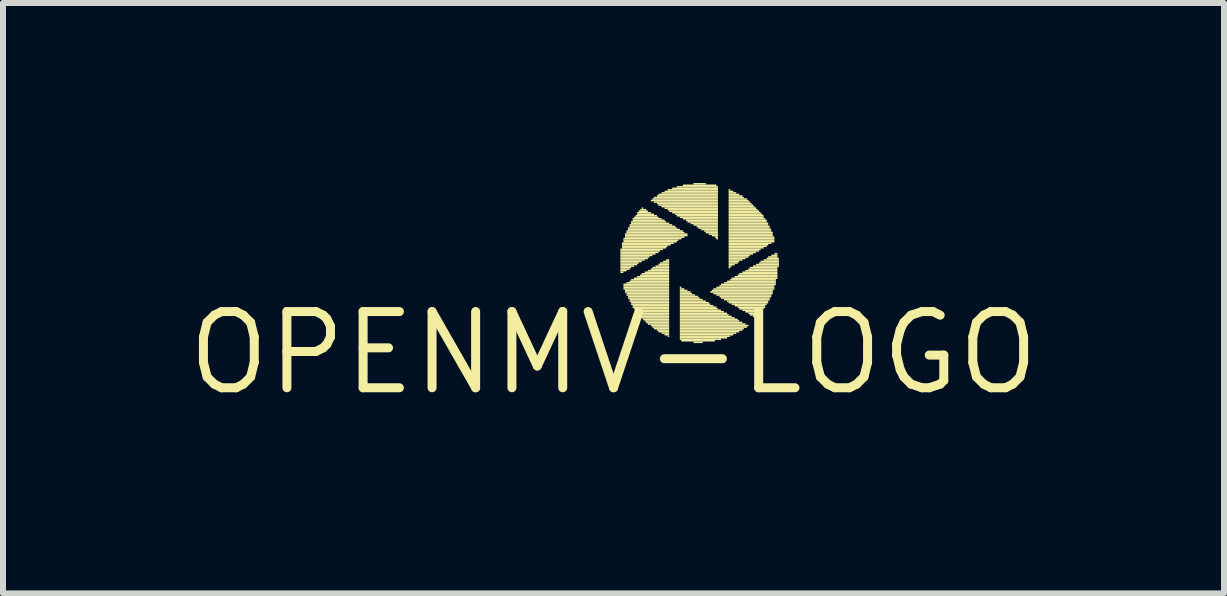
<source format=kicad_pcb>
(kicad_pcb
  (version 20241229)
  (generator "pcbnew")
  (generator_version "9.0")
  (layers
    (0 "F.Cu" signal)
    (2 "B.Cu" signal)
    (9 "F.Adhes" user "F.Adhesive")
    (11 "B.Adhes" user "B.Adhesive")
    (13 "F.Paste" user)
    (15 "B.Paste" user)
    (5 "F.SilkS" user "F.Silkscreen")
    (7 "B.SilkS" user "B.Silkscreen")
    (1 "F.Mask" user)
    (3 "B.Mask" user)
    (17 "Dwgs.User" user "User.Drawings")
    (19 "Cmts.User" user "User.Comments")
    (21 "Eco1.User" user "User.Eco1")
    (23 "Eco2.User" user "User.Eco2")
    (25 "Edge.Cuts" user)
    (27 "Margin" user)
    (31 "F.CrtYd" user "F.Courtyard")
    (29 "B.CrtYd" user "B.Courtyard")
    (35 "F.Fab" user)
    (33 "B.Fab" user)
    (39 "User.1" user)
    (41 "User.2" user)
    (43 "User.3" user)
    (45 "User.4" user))
  (footprint "OPENMV-LOGO"
    (layer "F.Cu")
    (at 7.174 2.832)
    (property "Reference" "OPENMV-LOGO" (at 0 0 0) (layer "F.SilkS") (effects (font (size 1.27 1.27) (thickness 0.15))))
    (attr board_only exclude_from_pos_files exclude_from_bom allow_missing_courtyard)
    (fp_poly (pts (xy 0.114 -1.714) (xy 0.826 -1.714) (xy 0.826 -1.74) (xy 0.114 -1.74)) (stroke (width 0) (type solid)) (fill yes) (layer "F.SilkS"))
    (fp_poly (pts (xy 0.114 -1.689) (xy 0.775 -1.689) (xy 0.775 -1.714) (xy 0.114 -1.714)) (stroke (width 0) (type solid)) (fill yes) (layer "F.SilkS"))
    (fp_poly (pts (xy 0.114 -1.664) (xy 0.749 -1.664) (xy 0.749 -1.689) (xy 0.114 -1.689)) (stroke (width 0) (type solid)) (fill yes) (layer "F.SilkS"))
    (fp_poly (pts (xy 0.114 -1.638) (xy 0.699 -1.638) (xy 0.699 -1.664) (xy 0.114 -1.664)) (stroke (width 0) (type solid)) (fill yes) (layer "F.SilkS"))
    (fp_poly (pts (xy 0.114 -1.613) (xy 0.648 -1.613) (xy 0.648 -1.638) (xy 0.114 -1.638)) (stroke (width 0) (type solid)) (fill yes) (layer "F.SilkS"))
    (fp_poly (pts (xy 0.114 -1.587) (xy 0.597 -1.587) (xy 0.597 -1.613) (xy 0.114 -1.613)) (stroke (width 0) (type solid)) (fill yes) (layer "F.SilkS"))
    (fp_poly (pts (xy 0.114 -1.562) (xy 0.572 -1.562) (xy 0.572 -1.587) (xy 0.114 -1.587)) (stroke (width 0) (type solid)) (fill yes) (layer "F.SilkS"))
    (fp_poly (pts (xy 0.114 -1.537) (xy 0.521 -1.537) (xy 0.521 -1.562) (xy 0.114 -1.562)) (stroke (width 0) (type solid)) (fill yes) (layer "F.SilkS"))
    (fp_poly (pts (xy 0.114 -1.511) (xy 0.47 -1.511) (xy 0.47 -1.537) (xy 0.114 -1.537)) (stroke (width 0) (type solid)) (fill yes) (layer "F.SilkS"))
    (fp_poly (pts (xy 0.114 -1.486) (xy 0.419 -1.486) (xy 0.419 -1.511) (xy 0.114 -1.511)) (stroke (width 0) (type solid)) (fill yes) (layer "F.SilkS"))
    (fp_poly (pts (xy 0.114 -1.46) (xy 0.394 -1.46) (xy 0.394 -1.486) (xy 0.114 -1.486)) (stroke (width 0) (type solid)) (fill yes) (layer "F.SilkS"))
    (fp_poly (pts (xy 0.114 -1.435) (xy 0.343 -1.435) (xy 0.343 -1.46) (xy 0.114 -1.46)) (stroke (width 0) (type solid)) (fill yes) (layer "F.SilkS"))
    (fp_poly (pts (xy 0.114 -1.41) (xy 0.292 -1.41) (xy 0.292 -1.435) (xy 0.114 -1.435)) (stroke (width 0) (type solid)) (fill yes) (layer "F.SilkS"))
    (fp_poly (pts (xy 0.114 -1.384) (xy 0.267 -1.384) (xy 0.267 -1.41) (xy 0.114 -1.41)) (stroke (width 0) (type solid)) (fill yes) (layer "F.SilkS"))
    (fp_poly (pts (xy 0.114 -1.359) (xy 0.216 -1.359) (xy 0.216 -1.384) (xy 0.114 -1.384)) (stroke (width 0) (type solid)) (fill yes) (layer "F.SilkS"))
    (fp_poly (pts (xy 0.114 -1.333) (xy 0.165 -1.333) (xy 0.165 -1.359) (xy 0.114 -1.359)) (stroke (width 0) (type solid)) (fill yes) (layer "F.SilkS"))
    (fp_poly (pts (xy 0.14 -1.816) (xy 1.003 -1.816) (xy 1.003 -1.841) (xy 0.14 -1.841)) (stroke (width 0) (type solid)) (fill yes) (layer "F.SilkS"))
    (fp_poly (pts (xy 0.14 -1.791) (xy 0.953 -1.791) (xy 0.953 -1.816) (xy 0.14 -1.816)) (stroke (width 0) (type solid)) (fill yes) (layer "F.SilkS"))
    (fp_poly (pts (xy 0.14 -1.765) (xy 0.902 -1.765) (xy 0.902 -1.791) (xy 0.14 -1.791)) (stroke (width 0) (type solid)) (fill yes) (layer "F.SilkS"))
    (fp_poly (pts (xy 0.14 -1.74) (xy 0.876 -1.74) (xy 0.876 -1.765) (xy 0.14 -1.765)) (stroke (width 0) (type solid)) (fill yes) (layer "F.SilkS"))
    (fp_poly (pts (xy 0.165 -1.892) (xy 1.13 -1.892) (xy 1.13 -1.918) (xy 0.165 -1.918)) (stroke (width 0) (type solid)) (fill yes) (layer "F.SilkS"))
    (fp_poly (pts (xy 0.165 -1.867) (xy 1.079 -1.867) (xy 1.079 -1.892) (xy 0.165 -1.892)) (stroke (width 0) (type solid)) (fill yes) (layer "F.SilkS"))
    (fp_poly (pts (xy 0.165 -1.841) (xy 1.054 -1.841) (xy 1.054 -1.867) (xy 0.165 -1.867)) (stroke (width 0) (type solid)) (fill yes) (layer "F.SilkS"))
    (fp_poly (pts (xy 0.165 -1.13) (xy 0.927 -1.13) (xy 0.927 -1.156) (xy 0.165 -1.156)) (stroke (width 0) (type solid)) (fill yes) (layer "F.SilkS"))
    (fp_poly (pts (xy 0.165 -1.105) (xy 0.927 -1.105) (xy 0.927 -1.13) (xy 0.165 -1.13)) (stroke (width 0) (type solid)) (fill yes) (layer "F.SilkS"))
    (fp_poly (pts (xy 0.165 -1.079) (xy 0.927 -1.079) (xy 0.927 -1.105) (xy 0.165 -1.105)) (stroke (width 0) (type solid)) (fill yes) (layer "F.SilkS"))
    (fp_poly (pts (xy 0.165 -1.054) (xy 0.927 -1.054) (xy 0.927 -1.079) (xy 0.165 -1.079)) (stroke (width 0) (type solid)) (fill yes) (layer "F.SilkS"))
    (fp_poly (pts (xy 0.191 -1.968) (xy 1.232 -1.968) (xy 1.232 -1.994) (xy 0.191 -1.994)) (stroke (width 0) (type solid)) (fill yes) (layer "F.SilkS"))
    (fp_poly (pts (xy 0.191 -1.943) (xy 1.232 -1.943) (xy 1.232 -1.968) (xy 0.191 -1.968)) (stroke (width 0) (type solid)) (fill yes) (layer "F.SilkS"))
    (fp_poly (pts (xy 0.191 -1.918) (xy 1.181 -1.918) (xy 1.181 -1.943) (xy 0.191 -1.943)) (stroke (width 0) (type solid)) (fill yes) (layer "F.SilkS"))
    (fp_poly (pts (xy 0.191 -1.029) (xy 0.927 -1.029) (xy 0.927 -1.054) (xy 0.191 -1.054)) (stroke (width 0) (type solid)) (fill yes) (layer "F.SilkS"))
    (fp_poly (pts (xy 0.191 -1.003) (xy 0.927 -1.003) (xy 0.927 -1.029) (xy 0.191 -1.029)) (stroke (width 0) (type solid)) (fill yes) (layer "F.SilkS"))
    (fp_poly (pts (xy 0.216 -2.019) (xy 1.156 -2.019) (xy 1.156 -2.045) (xy 0.216 -2.045)) (stroke (width 0) (type solid)) (fill yes) (layer "F.SilkS"))
    (fp_poly (pts (xy 0.216 -1.994) (xy 1.181 -1.994) (xy 1.181 -2.019) (xy 0.216 -2.019)) (stroke (width 0) (type solid)) (fill yes) (layer "F.SilkS"))
    (fp_poly (pts (xy 0.216 -1.156) (xy 0.927 -1.156) (xy 0.927 -1.181) (xy 0.216 -1.181)) (stroke (width 0) (type solid)) (fill yes) (layer "F.SilkS"))
    (fp_poly (pts (xy 0.216 -0.978) (xy 0.927 -0.978) (xy 0.927 -1.003) (xy 0.216 -1.003)) (stroke (width 0) (type solid)) (fill yes) (layer "F.SilkS"))
    (fp_poly (pts (xy 0.216 -0.953) (xy 0.927 -0.953) (xy 0.927 -0.978) (xy 0.216 -0.978)) (stroke (width 0) (type solid)) (fill yes) (layer "F.SilkS"))
    (fp_poly (pts (xy 0.241 -2.07) (xy 1.054 -2.07) (xy 1.054 -2.095) (xy 0.241 -2.095)) (stroke (width 0) (type solid)) (fill yes) (layer "F.SilkS"))
    (fp_poly (pts (xy 0.241 -2.045) (xy 1.105 -2.045) (xy 1.105 -2.07) (xy 0.241 -2.07)) (stroke (width 0) (type solid)) (fill yes) (layer "F.SilkS"))
    (fp_poly (pts (xy 0.241 -0.927) (xy 0.927 -0.927) (xy 0.927 -0.953) (xy 0.241 -0.953)) (stroke (width 0) (type solid)) (fill yes) (layer "F.SilkS"))
    (fp_poly (pts (xy 0.241 -0.902) (xy 0.927 -0.902) (xy 0.927 -0.927) (xy 0.241 -0.927)) (stroke (width 0) (type solid)) (fill yes) (layer "F.SilkS"))
    (fp_poly (pts (xy 0.267 -2.121) (xy 0.978 -2.121) (xy 0.978 -2.146) (xy 0.267 -2.146)) (stroke (width 0) (type solid)) (fill yes) (layer "F.SilkS"))
    (fp_poly (pts (xy 0.267 -2.095) (xy 1.029 -2.095) (xy 1.029 -2.121) (xy 0.267 -2.121)) (stroke (width 0) (type solid)) (fill yes) (layer "F.SilkS"))
    (fp_poly (pts (xy 0.267 -1.181) (xy 0.927 -1.181) (xy 0.927 -1.206) (xy 0.267 -1.206)) (stroke (width 0) (type solid)) (fill yes) (layer "F.SilkS"))
    (fp_poly (pts (xy 0.267 -0.876) (xy 0.927 -0.876) (xy 0.927 -0.902) (xy 0.267 -0.902)) (stroke (width 0) (type solid)) (fill yes) (layer "F.SilkS"))
    (fp_poly (pts (xy 0.267 -0.851) (xy 0.927 -0.851) (xy 0.927 -0.876) (xy 0.267 -0.876)) (stroke (width 0) (type solid)) (fill yes) (layer "F.SilkS"))
    (fp_poly (pts (xy 0.292 -2.172) (xy 0.876 -2.172) (xy 0.876 -2.197) (xy 0.292 -2.197)) (stroke (width 0) (type solid)) (fill yes) (layer "F.SilkS"))
    (fp_poly (pts (xy 0.292 -2.146) (xy 0.927 -2.146) (xy 0.927 -2.172) (xy 0.292 -2.172)) (stroke (width 0) (type solid)) (fill yes) (layer "F.SilkS"))
    (fp_poly (pts (xy 0.292 -1.206) (xy 0.927 -1.206) (xy 0.927 -1.232) (xy 0.292 -1.232)) (stroke (width 0) (type solid)) (fill yes) (layer "F.SilkS"))
    (fp_poly (pts (xy 0.292 -0.826) (xy 0.927 -0.826) (xy 0.927 -0.851) (xy 0.292 -0.851)) (stroke (width 0) (type solid)) (fill yes) (layer "F.SilkS"))
    (fp_poly (pts (xy 0.292 -0.8) (xy 0.927 -0.8) (xy 0.927 -0.826) (xy 0.292 -0.826)) (stroke (width 0) (type solid)) (fill yes) (layer "F.SilkS"))
    (fp_poly (pts (xy 0.318 -2.223) (xy 0.8 -2.223) (xy 0.8 -2.248) (xy 0.318 -2.248)) (stroke (width 0) (type solid)) (fill yes) (layer "F.SilkS"))
    (fp_poly (pts (xy 0.318 -2.197) (xy 0.851 -2.197) (xy 0.851 -2.223) (xy 0.318 -2.223)) (stroke (width 0) (type solid)) (fill yes) (layer "F.SilkS"))
    (fp_poly (pts (xy 0.318 -0.775) (xy 0.927 -0.775) (xy 0.927 -0.8) (xy 0.318 -0.8)) (stroke (width 0) (type solid)) (fill yes) (layer "F.SilkS"))
    (fp_poly (pts (xy 0.318 -0.749) (xy 0.927 -0.749) (xy 0.927 -0.775) (xy 0.318 -0.775)) (stroke (width 0) (type solid)) (fill yes) (layer "F.SilkS"))
    (fp_poly (pts (xy 0.343 -2.248) (xy 0.749 -2.248) (xy 0.749 -2.273) (xy 0.343 -2.273)) (stroke (width 0) (type solid)) (fill yes) (layer "F.SilkS"))
    (fp_poly (pts (xy 0.343 -1.232) (xy 0.927 -1.232) (xy 0.927 -1.257) (xy 0.343 -1.257)) (stroke (width 0) (type solid)) (fill yes) (layer "F.SilkS"))
    (fp_poly (pts (xy 0.343 -0.724) (xy 0.927 -0.724) (xy 0.927 -0.749) (xy 0.343 -0.749)) (stroke (width 0) (type solid)) (fill yes) (layer "F.SilkS"))
    (fp_poly (pts (xy 0.368 -2.273) (xy 0.724 -2.273) (xy 0.724 -2.299) (xy 0.368 -2.299)) (stroke (width 0) (type solid)) (fill yes) (layer "F.SilkS"))
    (fp_poly (pts (xy 0.368 -0.699) (xy 0.927 -0.699) (xy 0.927 -0.724) (xy 0.368 -0.724)) (stroke (width 0) (type solid)) (fill yes) (layer "F.SilkS"))
    (fp_poly (pts (xy 0.394 -2.324) (xy 0.622 -2.324) (xy 0.622 -2.349) (xy 0.394 -2.349)) (stroke (width 0) (type solid)) (fill yes) (layer "F.SilkS"))
    (fp_poly (pts (xy 0.394 -2.299) (xy 0.673 -2.299) (xy 0.673 -2.324) (xy 0.394 -2.324)) (stroke (width 0) (type solid)) (fill yes) (layer "F.SilkS"))
    (fp_poly (pts (xy 0.394 -1.257) (xy 0.927 -1.257) (xy 0.927 -1.283) (xy 0.394 -1.283)) (stroke (width 0) (type solid)) (fill yes) (layer "F.SilkS"))
    (fp_poly (pts (xy 0.394 -0.673) (xy 0.927 -0.673) (xy 0.927 -0.699) (xy 0.394 -0.699)) (stroke (width 0) (type solid)) (fill yes) (layer "F.SilkS"))
    (fp_poly (pts (xy 0.394 -0.648) (xy 0.927 -0.648) (xy 0.927 -0.673) (xy 0.394 -0.673)) (stroke (width 0) (type solid)) (fill yes) (layer "F.SilkS"))
    (fp_poly (pts (xy 0.419 -2.349) (xy 0.572 -2.349) (xy 0.572 -2.375) (xy 0.419 -2.375)) (stroke (width 0) (type solid)) (fill yes) (layer "F.SilkS"))
    (fp_poly (pts (xy 0.419 -0.622) (xy 0.927 -0.622) (xy 0.927 -0.648) (xy 0.419 -0.648)) (stroke (width 0) (type solid)) (fill yes) (layer "F.SilkS"))
    (fp_poly (pts (xy 0.445 -2.375) (xy 0.546 -2.375) (xy 0.546 -2.4) (xy 0.445 -2.4)) (stroke (width 0) (type solid)) (fill yes) (layer "F.SilkS"))
    (fp_poly (pts (xy 0.445 -1.283) (xy 0.927 -1.283) (xy 0.927 -1.308) (xy 0.445 -1.308)) (stroke (width 0) (type solid)) (fill yes) (layer "F.SilkS"))
    (fp_poly (pts (xy 0.445 -0.597) (xy 0.927 -0.597) (xy 0.927 -0.622) (xy 0.445 -0.622)) (stroke (width 0) (type solid)) (fill yes) (layer "F.SilkS"))
    (fp_poly (pts (xy 0.47 -2.4) (xy 0.495 -2.4) (xy 0.495 -2.426) (xy 0.47 -2.426)) (stroke (width 0) (type solid)) (fill yes) (layer "F.SilkS"))
    (fp_poly (pts (xy 0.47 -1.308) (xy 0.927 -1.308) (xy 0.927 -1.333) (xy 0.47 -1.333)) (stroke (width 0) (type solid)) (fill yes) (layer "F.SilkS"))
    (fp_poly (pts (xy 0.47 -0.572) (xy 0.927 -0.572) (xy 0.927 -0.597) (xy 0.47 -0.597)) (stroke (width 0) (type solid)) (fill yes) (layer "F.SilkS"))
    (fp_poly (pts (xy 0.495 -0.546) (xy 0.927 -0.546) (xy 0.927 -0.572) (xy 0.495 -0.572)) (stroke (width 0) (type solid)) (fill yes) (layer "F.SilkS"))
    (fp_poly (pts (xy 0.521 -1.333) (xy 0.927 -1.333) (xy 0.927 -1.359) (xy 0.521 -1.359)) (stroke (width 0) (type solid)) (fill yes) (layer "F.SilkS"))
    (fp_poly (pts (xy 0.521 -0.521) (xy 0.927 -0.521) (xy 0.927 -0.546) (xy 0.521 -0.546)) (stroke (width 0) (type solid)) (fill yes) (layer "F.SilkS"))
    (fp_poly (pts (xy 0.546 -0.495) (xy 0.927 -0.495) (xy 0.927 -0.521) (xy 0.546 -0.521)) (stroke (width 0) (type solid)) (fill yes) (layer "F.SilkS"))
    (fp_poly (pts (xy 0.572 -1.359) (xy 0.927 -1.359) (xy 0.927 -1.384) (xy 0.572 -1.384)) (stroke (width 0) (type solid)) (fill yes) (layer "F.SilkS"))
    (fp_poly (pts (xy 0.572 -0.47) (xy 0.927 -0.47) (xy 0.927 -0.495) (xy 0.572 -0.495)) (stroke (width 0) (type solid)) (fill yes) (layer "F.SilkS"))
    (fp_poly (pts (xy 0.622 -2.527) (xy 1.74 -2.527) (xy 1.74 -2.553) (xy 0.622 -2.553)) (stroke (width 0) (type solid)) (fill yes) (layer "F.SilkS"))
    (fp_poly (pts (xy 0.622 -1.384) (xy 0.927 -1.384) (xy 0.927 -1.41) (xy 0.622 -1.41)) (stroke (width 0) (type solid)) (fill yes) (layer "F.SilkS"))
    (fp_poly (pts (xy 0.622 -0.445) (xy 0.927 -0.445) (xy 0.927 -0.47) (xy 0.622 -0.47)) (stroke (width 0) (type solid)) (fill yes) (layer "F.SilkS"))
    (fp_poly (pts (xy 0.648 -2.553) (xy 1.74 -2.553) (xy 1.74 -2.578) (xy 0.648 -2.578)) (stroke (width 0) (type solid)) (fill yes) (layer "F.SilkS"))
    (fp_poly (pts (xy 0.648 -1.41) (xy 0.927 -1.41) (xy 0.927 -1.435) (xy 0.648 -1.435)) (stroke (width 0) (type solid)) (fill yes) (layer "F.SilkS"))
    (fp_poly (pts (xy 0.648 -0.419) (xy 0.927 -0.419) (xy 0.927 -0.445) (xy 0.648 -0.445)) (stroke (width 0) (type solid)) (fill yes) (layer "F.SilkS"))
    (fp_poly (pts (xy 0.673 -2.578) (xy 1.74 -2.578) (xy 1.74 -2.603) (xy 0.673 -2.603)) (stroke (width 0) (type solid)) (fill yes) (layer "F.SilkS"))
    (fp_poly (pts (xy 0.673 -2.502) (xy 1.74 -2.502) (xy 1.74 -2.527) (xy 0.673 -2.527)) (stroke (width 0) (type solid)) (fill yes) (layer "F.SilkS"))
    (fp_poly (pts (xy 0.673 -0.394) (xy 0.927 -0.394) (xy 0.927 -0.419) (xy 0.673 -0.419)) (stroke (width 0) (type solid)) (fill yes) (layer "F.SilkS"))
    (fp_poly (pts (xy 0.699 -1.435) (xy 0.927 -1.435) (xy 0.927 -1.46) (xy 0.699 -1.46)) (stroke (width 0) (type solid)) (fill yes) (layer "F.SilkS"))
    (fp_poly (pts (xy 0.724 -2.603) (xy 1.74 -2.603) (xy 1.74 -2.629) (xy 0.724 -2.629)) (stroke (width 0) (type solid)) (fill yes) (layer "F.SilkS"))
    (fp_poly (pts (xy 0.724 -2.477) (xy 1.74 -2.477) (xy 1.74 -2.502) (xy 0.724 -2.502)) (stroke (width 0) (type solid)) (fill yes) (layer "F.SilkS"))
    (fp_poly (pts (xy 0.724 -0.368) (xy 0.927 -0.368) (xy 0.927 -0.394) (xy 0.724 -0.394)) (stroke (width 0) (type solid)) (fill yes) (layer "F.SilkS"))
    (fp_poly (pts (xy 0.749 -2.629) (xy 1.74 -2.629) (xy 1.74 -2.654) (xy 0.749 -2.654)) (stroke (width 0) (type solid)) (fill yes) (layer "F.SilkS"))
    (fp_poly (pts (xy 0.749 -2.451) (xy 1.74 -2.451) (xy 1.74 -2.477) (xy 0.749 -2.477)) (stroke (width 0) (type solid)) (fill yes) (layer "F.SilkS"))
    (fp_poly (pts (xy 0.749 -1.46) (xy 0.927 -1.46) (xy 0.927 -1.486) (xy 0.749 -1.486)) (stroke (width 0) (type solid)) (fill yes) (layer "F.SilkS"))
    (fp_poly (pts (xy 0.749 -0.343) (xy 0.927 -0.343) (xy 0.927 -0.368) (xy 0.749 -0.368)) (stroke (width 0) (type solid)) (fill yes) (layer "F.SilkS"))
    (fp_poly (pts (xy 0.775 -1.486) (xy 0.927 -1.486) (xy 0.927 -1.511) (xy 0.775 -1.511)) (stroke (width 0) (type solid)) (fill yes) (layer "F.SilkS"))
    (fp_poly (pts (xy 0.8 -2.654) (xy 1.74 -2.654) (xy 1.74 -2.68) (xy 0.8 -2.68)) (stroke (width 0) (type solid)) (fill yes) (layer "F.SilkS"))
    (fp_poly (pts (xy 0.8 -2.426) (xy 1.74 -2.426) (xy 1.74 -2.451) (xy 0.8 -2.451)) (stroke (width 0) (type solid)) (fill yes) (layer "F.SilkS"))
    (fp_poly (pts (xy 0.8 -0.318) (xy 0.927 -0.318) (xy 0.927 -0.343) (xy 0.8 -0.343)) (stroke (width 0) (type solid)) (fill yes) (layer "F.SilkS"))
    (fp_poly (pts (xy 0.826 -1.511) (xy 0.927 -1.511) (xy 0.927 -1.537) (xy 0.826 -1.537)) (stroke (width 0) (type solid)) (fill yes) (layer "F.SilkS"))
    (fp_poly (pts (xy 0.851 -2.68) (xy 1.74 -2.68) (xy 1.74 -2.705) (xy 0.851 -2.705)) (stroke (width 0) (type solid)) (fill yes) (layer "F.SilkS"))
    (fp_poly (pts (xy 0.851 -2.4) (xy 1.74 -2.4) (xy 1.74 -2.426) (xy 0.851 -2.426)) (stroke (width 0) (type solid)) (fill yes) (layer "F.SilkS"))
    (fp_poly (pts (xy 0.851 -0.292) (xy 0.927 -0.292) (xy 0.927 -0.318) (xy 0.851 -0.318)) (stroke (width 0) (type solid)) (fill yes) (layer "F.SilkS"))
    (fp_poly (pts (xy 0.876 -1.537) (xy 0.927 -1.537) (xy 0.927 -1.562) (xy 0.876 -1.562)) (stroke (width 0) (type solid)) (fill yes) (layer "F.SilkS"))
    (fp_poly (pts (xy 0.902 -2.705) (xy 1.74 -2.705) (xy 1.74 -2.731) (xy 0.902 -2.731)) (stroke (width 0) (type solid)) (fill yes) (layer "F.SilkS"))
    (fp_poly (pts (xy 0.902 -2.375) (xy 1.74 -2.375) (xy 1.74 -2.4) (xy 0.902 -2.4)) (stroke (width 0) (type solid)) (fill yes) (layer "F.SilkS"))
    (fp_poly (pts (xy 0.902 -0.267) (xy 0.927 -0.267) (xy 0.927 -0.292) (xy 0.902 -0.292)) (stroke (width 0) (type solid)) (fill yes) (layer "F.SilkS"))
    (fp_poly (pts (xy 0.927 -2.349) (xy 1.74 -2.349) (xy 1.74 -2.375) (xy 0.927 -2.375)) (stroke (width 0) (type solid)) (fill yes) (layer "F.SilkS"))
    (fp_poly (pts (xy 0.978 -2.731) (xy 1.74 -2.731) (xy 1.74 -2.756) (xy 0.978 -2.756)) (stroke (width 0) (type solid)) (fill yes) (layer "F.SilkS"))
    (fp_poly (pts (xy 0.978 -2.324) (xy 1.74 -2.324) (xy 1.74 -2.349) (xy 0.978 -2.349)) (stroke (width 0) (type solid)) (fill yes) (layer "F.SilkS"))
    (fp_poly (pts (xy 1.029 -2.299) (xy 1.74 -2.299) (xy 1.74 -2.324) (xy 1.029 -2.324)) (stroke (width 0) (type solid)) (fill yes) (layer "F.SilkS"))
    (fp_poly (pts (xy 1.054 -2.756) (xy 1.74 -2.756) (xy 1.74 -2.781) (xy 1.054 -2.781)) (stroke (width 0) (type solid)) (fill yes) (layer "F.SilkS"))
    (fp_poly (pts (xy 1.054 -2.273) (xy 1.74 -2.273) (xy 1.74 -2.299) (xy 1.054 -2.299)) (stroke (width 0) (type solid)) (fill yes) (layer "F.SilkS"))
    (fp_poly (pts (xy 1.105 -2.248) (xy 1.74 -2.248) (xy 1.74 -2.273) (xy 1.105 -2.273)) (stroke (width 0) (type solid)) (fill yes) (layer "F.SilkS"))
    (fp_poly (pts (xy 1.105 -1.079) (xy 1.13 -1.079) (xy 1.13 -1.105) (xy 1.105 -1.105)) (stroke (width 0) (type solid)) (fill yes) (layer "F.SilkS"))
    (fp_poly (pts (xy 1.105 -1.054) (xy 1.181 -1.054) (xy 1.181 -1.079) (xy 1.105 -1.079)) (stroke (width 0) (type solid)) (fill yes) (layer "F.SilkS"))
    (fp_poly (pts (xy 1.105 -1.029) (xy 1.232 -1.029) (xy 1.232 -1.054) (xy 1.105 -1.054)) (stroke (width 0) (type solid)) (fill yes) (layer "F.SilkS"))
    (fp_poly (pts (xy 1.105 -1.003) (xy 1.283 -1.003) (xy 1.283 -1.029) (xy 1.105 -1.029)) (stroke (width 0) (type solid)) (fill yes) (layer "F.SilkS"))
    (fp_poly (pts (xy 1.105 -0.978) (xy 1.308 -0.978) (xy 1.308 -1.003) (xy 1.105 -1.003)) (stroke (width 0) (type solid)) (fill yes) (layer "F.SilkS"))
    (fp_poly (pts (xy 1.105 -0.953) (xy 1.359 -0.953) (xy 1.359 -0.978) (xy 1.105 -0.978)) (stroke (width 0) (type solid)) (fill yes) (layer "F.SilkS"))
    (fp_poly (pts (xy 1.105 -0.927) (xy 1.41 -0.927) (xy 1.41 -0.953) (xy 1.105 -0.953)) (stroke (width 0) (type solid)) (fill yes) (layer "F.SilkS"))
    (fp_poly (pts (xy 1.105 -0.902) (xy 1.435 -0.902) (xy 1.435 -0.927) (xy 1.105 -0.927)) (stroke (width 0) (type solid)) (fill yes) (layer "F.SilkS"))
    (fp_poly (pts (xy 1.105 -0.876) (xy 1.486 -0.876) (xy 1.486 -0.902) (xy 1.105 -0.902)) (stroke (width 0) (type solid)) (fill yes) (layer "F.SilkS"))
    (fp_poly (pts (xy 1.105 -0.851) (xy 1.537 -0.851) (xy 1.537 -0.876) (xy 1.105 -0.876)) (stroke (width 0) (type solid)) (fill yes) (layer "F.SilkS"))
    (fp_poly (pts (xy 1.105 -0.826) (xy 1.587 -0.826) (xy 1.587 -0.851) (xy 1.105 -0.851)) (stroke (width 0) (type solid)) (fill yes) (layer "F.SilkS"))
    (fp_poly (pts (xy 1.105 -0.8) (xy 1.613 -0.8) (xy 1.613 -0.826) (xy 1.105 -0.826)) (stroke (width 0) (type solid)) (fill yes) (layer "F.SilkS"))
    (fp_poly (pts (xy 1.105 -0.775) (xy 1.664 -0.775) (xy 1.664 -0.8) (xy 1.105 -0.8)) (stroke (width 0) (type solid)) (fill yes) (layer "F.SilkS"))
    (fp_poly (pts (xy 1.105 -0.749) (xy 1.714 -0.749) (xy 1.714 -0.775) (xy 1.105 -0.775)) (stroke (width 0) (type solid)) (fill yes) (layer "F.SilkS"))
    (fp_poly (pts (xy 1.105 -0.724) (xy 1.74 -0.724) (xy 1.74 -0.749) (xy 1.105 -0.749)) (stroke (width 0) (type solid)) (fill yes) (layer "F.SilkS"))
    (fp_poly (pts (xy 1.105 -0.699) (xy 1.791 -0.699) (xy 1.791 -0.724) (xy 1.105 -0.724)) (stroke (width 0) (type solid)) (fill yes) (layer "F.SilkS"))
    (fp_poly (pts (xy 1.105 -0.673) (xy 1.841 -0.673) (xy 1.841 -0.699) (xy 1.105 -0.699)) (stroke (width 0) (type solid)) (fill yes) (layer "F.SilkS"))
    (fp_poly (pts (xy 1.105 -0.648) (xy 1.892 -0.648) (xy 1.892 -0.673) (xy 1.105 -0.673)) (stroke (width 0) (type solid)) (fill yes) (layer "F.SilkS"))
    (fp_poly (pts (xy 1.105 -0.622) (xy 1.918 -0.622) (xy 1.918 -0.648) (xy 1.105 -0.648)) (stroke (width 0) (type solid)) (fill yes) (layer "F.SilkS"))
    (fp_poly (pts (xy 1.105 -0.597) (xy 1.968 -0.597) (xy 1.968 -0.622) (xy 1.105 -0.622)) (stroke (width 0) (type solid)) (fill yes) (layer "F.SilkS"))
    (fp_poly (pts (xy 1.105 -0.572) (xy 2.019 -0.572) (xy 2.019 -0.597) (xy 1.105 -0.597)) (stroke (width 0) (type solid)) (fill yes) (layer "F.SilkS"))
    (fp_poly (pts (xy 1.105 -0.546) (xy 2.07 -0.546) (xy 2.07 -0.572) (xy 1.105 -0.572)) (stroke (width 0) (type solid)) (fill yes) (layer "F.SilkS"))
    (fp_poly (pts (xy 1.105 -0.521) (xy 2.095 -0.521) (xy 2.095 -0.546) (xy 1.105 -0.546)) (stroke (width 0) (type solid)) (fill yes) (layer "F.SilkS"))
    (fp_poly (pts (xy 1.105 -0.495) (xy 2.146 -0.495) (xy 2.146 -0.521) (xy 1.105 -0.521)) (stroke (width 0) (type solid)) (fill yes) (layer "F.SilkS"))
    (fp_poly (pts (xy 1.105 -0.47) (xy 2.197 -0.47) (xy 2.197 -0.495) (xy 1.105 -0.495)) (stroke (width 0) (type solid)) (fill yes) (layer "F.SilkS"))
    (fp_poly (pts (xy 1.105 -0.445) (xy 2.248 -0.445) (xy 2.248 -0.47) (xy 1.105 -0.47)) (stroke (width 0) (type solid)) (fill yes) (layer "F.SilkS"))
    (fp_poly (pts (xy 1.105 -0.419) (xy 2.223 -0.419) (xy 2.223 -0.445) (xy 1.105 -0.445)) (stroke (width 0) (type solid)) (fill yes) (layer "F.SilkS"))
    (fp_poly (pts (xy 1.105 -0.394) (xy 2.172 -0.394) (xy 2.172 -0.419) (xy 1.105 -0.419)) (stroke (width 0) (type solid)) (fill yes) (layer "F.SilkS"))
    (fp_poly (pts (xy 1.105 -0.368) (xy 2.146 -0.368) (xy 2.146 -0.394) (xy 1.105 -0.394)) (stroke (width 0) (type solid)) (fill yes) (layer "F.SilkS"))
    (fp_poly (pts (xy 1.105 -0.343) (xy 2.095 -0.343) (xy 2.095 -0.368) (xy 1.105 -0.368)) (stroke (width 0) (type solid)) (fill yes) (layer "F.SilkS"))
    (fp_poly (pts (xy 1.105 -0.318) (xy 2.045 -0.318) (xy 2.045 -0.343) (xy 1.105 -0.343)) (stroke (width 0) (type solid)) (fill yes) (layer "F.SilkS"))
    (fp_poly (pts (xy 1.105 -0.292) (xy 1.994 -0.292) (xy 1.994 -0.318) (xy 1.105 -0.318)) (stroke (width 0) (type solid)) (fill yes) (layer "F.SilkS"))
    (fp_poly (pts (xy 1.105 -0.267) (xy 1.943 -0.267) (xy 1.943 -0.292) (xy 1.105 -0.292)) (stroke (width 0) (type solid)) (fill yes) (layer "F.SilkS"))
    (fp_poly (pts (xy 1.105 -0.241) (xy 1.892 -0.241) (xy 1.892 -0.267) (xy 1.105 -0.267)) (stroke (width 0) (type solid)) (fill yes) (layer "F.SilkS"))
    (fp_poly (pts (xy 1.105 -0.216) (xy 1.791 -0.216) (xy 1.791 -0.241) (xy 1.105 -0.241)) (stroke (width 0) (type solid)) (fill yes) (layer "F.SilkS"))
    (fp_poly (pts (xy 1.13 -0.191) (xy 1.689 -0.191) (xy 1.689 -0.216) (xy 1.13 -0.216)) (stroke (width 0) (type solid)) (fill yes) (layer "F.SilkS"))
    (fp_poly (pts (xy 1.156 -2.781) (xy 1.714 -2.781) (xy 1.714 -2.807) (xy 1.156 -2.807)) (stroke (width 0) (type solid)) (fill yes) (layer "F.SilkS"))
    (fp_poly (pts (xy 1.156 -2.223) (xy 1.74 -2.223) (xy 1.74 -2.248) (xy 1.156 -2.248)) (stroke (width 0) (type solid)) (fill yes) (layer "F.SilkS"))
    (fp_poly (pts (xy 1.206 -2.197) (xy 1.74 -2.197) (xy 1.74 -2.223) (xy 1.206 -2.223)) (stroke (width 0) (type solid)) (fill yes) (layer "F.SilkS"))
    (fp_poly (pts (xy 1.232 -2.172) (xy 1.74 -2.172) (xy 1.74 -2.197) (xy 1.232 -2.197)) (stroke (width 0) (type solid)) (fill yes) (layer "F.SilkS"))
    (fp_poly (pts (xy 1.283 -2.146) (xy 1.74 -2.146) (xy 1.74 -2.172) (xy 1.283 -2.172)) (stroke (width 0) (type solid)) (fill yes) (layer "F.SilkS"))
    (fp_poly (pts (xy 1.333 -2.807) (xy 1.537 -2.807) (xy 1.537 -2.832) (xy 1.333 -2.832)) (stroke (width 0) (type solid)) (fill yes) (layer "F.SilkS"))
    (fp_poly (pts (xy 1.333 -2.121) (xy 1.74 -2.121) (xy 1.74 -2.146) (xy 1.333 -2.146)) (stroke (width 0) (type solid)) (fill yes) (layer "F.SilkS"))
    (fp_poly (pts (xy 1.333 -0.165) (xy 1.486 -0.165) (xy 1.486 -0.191) (xy 1.333 -0.191)) (stroke (width 0) (type solid)) (fill yes) (layer "F.SilkS"))
    (fp_poly (pts (xy 1.384 -2.095) (xy 1.74 -2.095) (xy 1.74 -2.121) (xy 1.384 -2.121)) (stroke (width 0) (type solid)) (fill yes) (layer "F.SilkS"))
    (fp_poly (pts (xy 1.41 -2.07) (xy 1.74 -2.07) (xy 1.74 -2.095) (xy 1.41 -2.095)) (stroke (width 0) (type solid)) (fill yes) (layer "F.SilkS"))
    (fp_poly (pts (xy 1.46 -2.045) (xy 1.74 -2.045) (xy 1.74 -2.07) (xy 1.46 -2.07)) (stroke (width 0) (type solid)) (fill yes) (layer "F.SilkS"))
    (fp_poly (pts (xy 1.511 -2.019) (xy 1.74 -2.019) (xy 1.74 -2.045) (xy 1.511 -2.045)) (stroke (width 0) (type solid)) (fill yes) (layer "F.SilkS"))
    (fp_poly (pts (xy 1.537 -1.994) (xy 1.74 -1.994) (xy 1.74 -2.019) (xy 1.537 -2.019)) (stroke (width 0) (type solid)) (fill yes) (layer "F.SilkS"))
    (fp_poly (pts (xy 1.587 -1.968) (xy 1.74 -1.968) (xy 1.74 -1.994) (xy 1.587 -1.994)) (stroke (width 0) (type solid)) (fill yes) (layer "F.SilkS"))
    (fp_poly (pts (xy 1.613 -1.003) (xy 2.654 -1.003) (xy 2.654 -1.029) (xy 1.613 -1.029)) (stroke (width 0) (type solid)) (fill yes) (layer "F.SilkS"))
    (fp_poly (pts (xy 1.638 -1.943) (xy 1.74 -1.943) (xy 1.74 -1.968) (xy 1.638 -1.968)) (stroke (width 0) (type solid)) (fill yes) (layer "F.SilkS"))
    (fp_poly (pts (xy 1.638 -1.029) (xy 2.654 -1.029) (xy 2.654 -1.054) (xy 1.638 -1.054)) (stroke (width 0) (type solid)) (fill yes) (layer "F.SilkS"))
    (fp_poly (pts (xy 1.664 -1.054) (xy 2.68 -1.054) (xy 2.68 -1.079) (xy 1.664 -1.079)) (stroke (width 0) (type solid)) (fill yes) (layer "F.SilkS"))
    (fp_poly (pts (xy 1.664 -0.978) (xy 2.654 -0.978) (xy 2.654 -1.003) (xy 1.664 -1.003)) (stroke (width 0) (type solid)) (fill yes) (layer "F.SilkS"))
    (fp_poly (pts (xy 1.689 -1.918) (xy 1.74 -1.918) (xy 1.74 -1.943) (xy 1.689 -1.943)) (stroke (width 0) (type solid)) (fill yes) (layer "F.SilkS"))
    (fp_poly (pts (xy 1.714 -1.892) (xy 1.74 -1.892) (xy 1.74 -1.918) (xy 1.714 -1.918)) (stroke (width 0) (type solid)) (fill yes) (layer "F.SilkS"))
    (fp_poly (pts (xy 1.714 -1.079) (xy 2.68 -1.079) (xy 2.68 -1.105) (xy 1.714 -1.105)) (stroke (width 0) (type solid)) (fill yes) (layer "F.SilkS"))
    (fp_poly (pts (xy 1.714 -0.953) (xy 2.629 -0.953) (xy 2.629 -0.978) (xy 1.714 -0.978)) (stroke (width 0) (type solid)) (fill yes) (layer "F.SilkS"))
    (fp_poly (pts (xy 1.765 -1.105) (xy 2.68 -1.105) (xy 2.68 -1.13) (xy 1.765 -1.13)) (stroke (width 0) (type solid)) (fill yes) (layer "F.SilkS"))
    (fp_poly (pts (xy 1.765 -0.927) (xy 2.629 -0.927) (xy 2.629 -0.953) (xy 1.765 -0.953)) (stroke (width 0) (type solid)) (fill yes) (layer "F.SilkS"))
    (fp_poly (pts (xy 1.791 -1.13) (xy 2.705 -1.13) (xy 2.705 -1.156) (xy 1.791 -1.156)) (stroke (width 0) (type solid)) (fill yes) (layer "F.SilkS"))
    (fp_poly (pts (xy 1.791 -0.902) (xy 2.603 -0.902) (xy 2.603 -0.927) (xy 1.791 -0.927)) (stroke (width 0) (type solid)) (fill yes) (layer "F.SilkS"))
    (fp_poly (pts (xy 1.841 -1.156) (xy 2.705 -1.156) (xy 2.705 -1.181) (xy 1.841 -1.181)) (stroke (width 0) (type solid)) (fill yes) (layer "F.SilkS"))
    (fp_poly (pts (xy 1.841 -0.876) (xy 2.603 -0.876) (xy 2.603 -0.902) (xy 1.841 -0.902)) (stroke (width 0) (type solid)) (fill yes) (layer "F.SilkS"))
    (fp_poly (pts (xy 1.892 -1.181) (xy 2.705 -1.181) (xy 2.705 -1.206) (xy 1.892 -1.206)) (stroke (width 0) (type solid)) (fill yes) (layer "F.SilkS"))
    (fp_poly (pts (xy 1.892 -0.851) (xy 2.578 -0.851) (xy 2.578 -0.876) (xy 1.892 -0.876)) (stroke (width 0) (type solid)) (fill yes) (layer "F.SilkS"))
    (fp_poly (pts (xy 1.918 -2.705) (xy 1.943 -2.705) (xy 1.943 -2.731) (xy 1.918 -2.731)) (stroke (width 0) (type solid)) (fill yes) (layer "F.SilkS"))
    (fp_poly (pts (xy 1.918 -2.68) (xy 1.994 -2.68) (xy 1.994 -2.705) (xy 1.918 -2.705)) (stroke (width 0) (type solid)) (fill yes) (layer "F.SilkS"))
    (fp_poly (pts (xy 1.918 -2.654) (xy 2.045 -2.654) (xy 2.045 -2.68) (xy 1.918 -2.68)) (stroke (width 0) (type solid)) (fill yes) (layer "F.SilkS"))
    (fp_poly (pts (xy 1.918 -2.629) (xy 2.095 -2.629) (xy 2.095 -2.654) (xy 1.918 -2.654)) (stroke (width 0) (type solid)) (fill yes) (layer "F.SilkS"))
    (fp_poly (pts (xy 1.918 -2.603) (xy 2.146 -2.603) (xy 2.146 -2.629) (xy 1.918 -2.629)) (stroke (width 0) (type solid)) (fill yes) (layer "F.SilkS"))
    (fp_poly (pts (xy 1.918 -2.578) (xy 2.172 -2.578) (xy 2.172 -2.603) (xy 1.918 -2.603)) (stroke (width 0) (type solid)) (fill yes) (layer "F.SilkS"))
    (fp_poly (pts (xy 1.918 -2.553) (xy 2.223 -2.553) (xy 2.223 -2.578) (xy 1.918 -2.578)) (stroke (width 0) (type solid)) (fill yes) (layer "F.SilkS"))
    (fp_poly (pts (xy 1.918 -2.527) (xy 2.248 -2.527) (xy 2.248 -2.553) (xy 1.918 -2.553)) (stroke (width 0) (type solid)) (fill yes) (layer "F.SilkS"))
    (fp_poly (pts (xy 1.918 -2.502) (xy 2.273 -2.502) (xy 2.273 -2.527) (xy 1.918 -2.527)) (stroke (width 0) (type solid)) (fill yes) (layer "F.SilkS"))
    (fp_poly (pts (xy 1.918 -2.477) (xy 2.299 -2.477) (xy 2.299 -2.502) (xy 1.918 -2.502)) (stroke (width 0) (type solid)) (fill yes) (layer "F.SilkS"))
    (fp_poly (pts (xy 1.918 -2.451) (xy 2.324 -2.451) (xy 2.324 -2.477) (xy 1.918 -2.477)) (stroke (width 0) (type solid)) (fill yes) (layer "F.SilkS"))
    (fp_poly (pts (xy 1.918 -2.426) (xy 2.349 -2.426) (xy 2.349 -2.451) (xy 1.918 -2.451)) (stroke (width 0) (type solid)) (fill yes) (layer "F.SilkS"))
    (fp_poly (pts (xy 1.918 -2.4) (xy 2.375 -2.4) (xy 2.375 -2.426) (xy 1.918 -2.426)) (stroke (width 0) (type solid)) (fill yes) (layer "F.SilkS"))
    (fp_poly (pts (xy 1.918 -2.375) (xy 2.4 -2.375) (xy 2.4 -2.4) (xy 1.918 -2.4)) (stroke (width 0) (type solid)) (fill yes) (layer "F.SilkS"))
    (fp_poly (pts (xy 1.918 -2.349) (xy 2.426 -2.349) (xy 2.426 -2.375) (xy 1.918 -2.375)) (stroke (width 0) (type solid)) (fill yes) (layer "F.SilkS"))
    (fp_poly (pts (xy 1.918 -2.324) (xy 2.451 -2.324) (xy 2.451 -2.349) (xy 1.918 -2.349)) (stroke (width 0) (type solid)) (fill yes) (layer "F.SilkS"))
    (fp_poly (pts (xy 1.918 -2.299) (xy 2.477 -2.299) (xy 2.477 -2.324) (xy 1.918 -2.324)) (stroke (width 0) (type solid)) (fill yes) (layer "F.SilkS"))
    (fp_poly (pts (xy 1.918 -2.273) (xy 2.502 -2.273) (xy 2.502 -2.299) (xy 1.918 -2.299)) (stroke (width 0) (type solid)) (fill yes) (layer "F.SilkS"))
    (fp_poly (pts (xy 1.918 -2.248) (xy 2.502 -2.248) (xy 2.502 -2.273) (xy 1.918 -2.273)) (stroke (width 0) (type solid)) (fill yes) (layer "F.SilkS"))
    (fp_poly (pts (xy 1.918 -2.223) (xy 2.527 -2.223) (xy 2.527 -2.248) (xy 1.918 -2.248)) (stroke (width 0) (type solid)) (fill yes) (layer "F.SilkS"))
    (fp_poly (pts (xy 1.918 -2.197) (xy 2.553 -2.197) (xy 2.553 -2.223) (xy 1.918 -2.223)) (stroke (width 0) (type solid)) (fill yes) (layer "F.SilkS"))
    (fp_poly (pts (xy 1.918 -2.172) (xy 2.553 -2.172) (xy 2.553 -2.197) (xy 1.918 -2.197)) (stroke (width 0) (type solid)) (fill yes) (layer "F.SilkS"))
    (fp_poly (pts (xy 1.918 -2.146) (xy 2.578 -2.146) (xy 2.578 -2.172) (xy 1.918 -2.172)) (stroke (width 0) (type solid)) (fill yes) (layer "F.SilkS"))
    (fp_poly (pts (xy 1.918 -2.121) (xy 2.578 -2.121) (xy 2.578 -2.146) (xy 1.918 -2.146)) (stroke (width 0) (type solid)) (fill yes) (layer "F.SilkS"))
    (fp_poly (pts (xy 1.918 -2.095) (xy 2.603 -2.095) (xy 2.603 -2.121) (xy 1.918 -2.121)) (stroke (width 0) (type solid)) (fill yes) (layer "F.SilkS"))
    (fp_poly (pts (xy 1.918 -2.07) (xy 2.603 -2.07) (xy 2.603 -2.095) (xy 1.918 -2.095)) (stroke (width 0) (type solid)) (fill yes) (layer "F.SilkS"))
    (fp_poly (pts (xy 1.918 -2.045) (xy 2.629 -2.045) (xy 2.629 -2.07) (xy 1.918 -2.07)) (stroke (width 0) (type solid)) (fill yes) (layer "F.SilkS"))
    (fp_poly (pts (xy 1.918 -2.019) (xy 2.629 -2.019) (xy 2.629 -2.045) (xy 1.918 -2.045)) (stroke (width 0) (type solid)) (fill yes) (layer "F.SilkS"))
    (fp_poly (pts (xy 1.918 -1.994) (xy 2.654 -1.994) (xy 2.654 -2.019) (xy 1.918 -2.019)) (stroke (width 0) (type solid)) (fill yes) (layer "F.SilkS"))
    (fp_poly (pts (xy 1.918 -1.968) (xy 2.654 -1.968) (xy 2.654 -1.994) (xy 1.918 -1.994)) (stroke (width 0) (type solid)) (fill yes) (layer "F.SilkS"))
    (fp_poly (pts (xy 1.918 -1.943) (xy 2.654 -1.943) (xy 2.654 -1.968) (xy 1.918 -1.968)) (stroke (width 0) (type solid)) (fill yes) (layer "F.SilkS"))
    (fp_poly (pts (xy 1.918 -1.918) (xy 2.68 -1.918) (xy 2.68 -1.943) (xy 1.918 -1.943)) (stroke (width 0) (type solid)) (fill yes) (layer "F.SilkS"))
    (fp_poly (pts (xy 1.918 -1.892) (xy 2.68 -1.892) (xy 2.68 -1.918) (xy 1.918 -1.918)) (stroke (width 0) (type solid)) (fill yes) (layer "F.SilkS"))
    (fp_poly (pts (xy 1.918 -1.867) (xy 2.68 -1.867) (xy 2.68 -1.892) (xy 1.918 -1.892)) (stroke (width 0) (type solid)) (fill yes) (layer "F.SilkS"))
    (fp_poly (pts (xy 1.918 -1.841) (xy 2.68 -1.841) (xy 2.68 -1.867) (xy 1.918 -1.867)) (stroke (width 0) (type solid)) (fill yes) (layer "F.SilkS"))
    (fp_poly (pts (xy 1.918 -1.816) (xy 2.629 -1.816) (xy 2.629 -1.841) (xy 1.918 -1.841)) (stroke (width 0) (type solid)) (fill yes) (layer "F.SilkS"))
    (fp_poly (pts (xy 1.918 -1.791) (xy 2.578 -1.791) (xy 2.578 -1.816) (xy 1.918 -1.816)) (stroke (width 0) (type solid)) (fill yes) (layer "F.SilkS"))
    (fp_poly (pts (xy 1.918 -1.765) (xy 2.553 -1.765) (xy 2.553 -1.791) (xy 1.918 -1.791)) (stroke (width 0) (type solid)) (fill yes) (layer "F.SilkS"))
    (fp_poly (pts (xy 1.918 -1.74) (xy 2.502 -1.74) (xy 2.502 -1.765) (xy 1.918 -1.765)) (stroke (width 0) (type solid)) (fill yes) (layer "F.SilkS"))
    (fp_poly (pts (xy 1.918 -1.714) (xy 2.451 -1.714) (xy 2.451 -1.74) (xy 1.918 -1.74)) (stroke (width 0) (type solid)) (fill yes) (layer "F.SilkS"))
    (fp_poly (pts (xy 1.918 -1.689) (xy 2.426 -1.689) (xy 2.426 -1.714) (xy 1.918 -1.714)) (stroke (width 0) (type solid)) (fill yes) (layer "F.SilkS"))
    (fp_poly (pts (xy 1.918 -1.664) (xy 2.375 -1.664) (xy 2.375 -1.689) (xy 1.918 -1.689)) (stroke (width 0) (type solid)) (fill yes) (layer "F.SilkS"))
    (fp_poly (pts (xy 1.918 -1.638) (xy 2.324 -1.638) (xy 2.324 -1.664) (xy 1.918 -1.664)) (stroke (width 0) (type solid)) (fill yes) (layer "F.SilkS"))
    (fp_poly (pts (xy 1.918 -1.613) (xy 2.273 -1.613) (xy 2.273 -1.638) (xy 1.918 -1.638)) (stroke (width 0) (type solid)) (fill yes) (layer "F.SilkS"))
    (fp_poly (pts (xy 1.918 -1.587) (xy 2.248 -1.587) (xy 2.248 -1.613) (xy 1.918 -1.613)) (stroke (width 0) (type solid)) (fill yes) (layer "F.SilkS"))
    (fp_poly (pts (xy 1.918 -1.562) (xy 2.197 -1.562) (xy 2.197 -1.587) (xy 1.918 -1.587)) (stroke (width 0) (type solid)) (fill yes) (layer "F.SilkS"))
    (fp_poly (pts (xy 1.918 -1.537) (xy 2.146 -1.537) (xy 2.146 -1.562) (xy 1.918 -1.562)) (stroke (width 0) (type solid)) (fill yes) (layer "F.SilkS"))
    (fp_poly (pts (xy 1.918 -1.511) (xy 2.095 -1.511) (xy 2.095 -1.537) (xy 1.918 -1.537)) (stroke (width 0) (type solid)) (fill yes) (layer "F.SilkS"))
    (fp_poly (pts (xy 1.918 -1.486) (xy 2.07 -1.486) (xy 2.07 -1.511) (xy 1.918 -1.511)) (stroke (width 0) (type solid)) (fill yes) (layer "F.SilkS"))
    (fp_poly (pts (xy 1.918 -1.46) (xy 2.019 -1.46) (xy 2.019 -1.486) (xy 1.918 -1.486)) (stroke (width 0) (type solid)) (fill yes) (layer "F.SilkS"))
    (fp_poly (pts (xy 1.918 -1.435) (xy 1.968 -1.435) (xy 1.968 -1.46) (xy 1.918 -1.46)) (stroke (width 0) (type solid)) (fill yes) (layer "F.SilkS"))
    (fp_poly (pts (xy 1.918 -1.41) (xy 1.943 -1.41) (xy 1.943 -1.435) (xy 1.918 -1.435)) (stroke (width 0) (type solid)) (fill yes) (layer "F.SilkS"))
    (fp_poly (pts (xy 1.918 -0.826) (xy 2.578 -0.826) (xy 2.578 -0.851) (xy 1.918 -0.851)) (stroke (width 0) (type solid)) (fill yes) (layer "F.SilkS"))
    (fp_poly (pts (xy 1.943 -1.206) (xy 2.705 -1.206) (xy 2.705 -1.232) (xy 1.943 -1.232)) (stroke (width 0) (type solid)) (fill yes) (layer "F.SilkS"))
    (fp_poly (pts (xy 1.968 -1.232) (xy 2.731 -1.232) (xy 2.731 -1.257) (xy 1.968 -1.257)) (stroke (width 0) (type solid)) (fill yes) (layer "F.SilkS"))
    (fp_poly (pts (xy 1.968 -0.8) (xy 2.553 -0.8) (xy 2.553 -0.826) (xy 1.968 -0.826)) (stroke (width 0) (type solid)) (fill yes) (layer "F.SilkS"))
    (fp_poly (pts (xy 2.019 -1.257) (xy 2.731 -1.257) (xy 2.731 -1.283) (xy 2.019 -1.283)) (stroke (width 0) (type solid)) (fill yes) (layer "F.SilkS"))
    (fp_poly (pts (xy 2.019 -0.775) (xy 2.527 -0.775) (xy 2.527 -0.8) (xy 2.019 -0.8)) (stroke (width 0) (type solid)) (fill yes) (layer "F.SilkS"))
    (fp_poly (pts (xy 2.07 -1.283) (xy 2.731 -1.283) (xy 2.731 -1.308) (xy 2.07 -1.308)) (stroke (width 0) (type solid)) (fill yes) (layer "F.SilkS"))
    (fp_poly (pts (xy 2.07 -0.749) (xy 2.527 -0.749) (xy 2.527 -0.775) (xy 2.07 -0.775)) (stroke (width 0) (type solid)) (fill yes) (layer "F.SilkS"))
    (fp_poly (pts (xy 2.095 -1.308) (xy 2.731 -1.308) (xy 2.731 -1.333) (xy 2.095 -1.333)) (stroke (width 0) (type solid)) (fill yes) (layer "F.SilkS"))
    (fp_poly (pts (xy 2.095 -0.724) (xy 2.502 -0.724) (xy 2.502 -0.749) (xy 2.095 -0.749)) (stroke (width 0) (type solid)) (fill yes) (layer "F.SilkS"))
    (fp_poly (pts (xy 2.146 -1.333) (xy 2.731 -1.333) (xy 2.731 -1.359) (xy 2.146 -1.359)) (stroke (width 0) (type solid)) (fill yes) (layer "F.SilkS"))
    (fp_poly (pts (xy 2.146 -0.699) (xy 2.477 -0.699) (xy 2.477 -0.724) (xy 2.146 -0.724)) (stroke (width 0) (type solid)) (fill yes) (layer "F.SilkS"))
    (fp_poly (pts (xy 2.197 -1.359) (xy 2.731 -1.359) (xy 2.731 -1.384) (xy 2.197 -1.384)) (stroke (width 0) (type solid)) (fill yes) (layer "F.SilkS"))
    (fp_poly (pts (xy 2.197 -0.673) (xy 2.477 -0.673) (xy 2.477 -0.699) (xy 2.197 -0.699)) (stroke (width 0) (type solid)) (fill yes) (layer "F.SilkS"))
    (fp_poly (pts (xy 2.248 -1.384) (xy 2.731 -1.384) (xy 2.731 -1.41) (xy 2.248 -1.41)) (stroke (width 0) (type solid)) (fill yes) (layer "F.SilkS"))
    (fp_poly (pts (xy 2.248 -0.648) (xy 2.451 -0.648) (xy 2.451 -0.673) (xy 2.248 -0.673)) (stroke (width 0) (type solid)) (fill yes) (layer "F.SilkS"))
    (fp_poly (pts (xy 2.273 -1.41) (xy 2.731 -1.41) (xy 2.731 -1.435) (xy 2.273 -1.435)) (stroke (width 0) (type solid)) (fill yes) (layer "F.SilkS"))
    (fp_poly (pts (xy 2.273 -0.622) (xy 2.426 -0.622) (xy 2.426 -0.648) (xy 2.273 -0.648)) (stroke (width 0) (type solid)) (fill yes) (layer "F.SilkS"))
    (fp_poly (pts (xy 2.324 -1.435) (xy 2.756 -1.435) (xy 2.756 -1.46) (xy 2.324 -1.46)) (stroke (width 0) (type solid)) (fill yes) (layer "F.SilkS"))
    (fp_poly (pts (xy 2.324 -0.597) (xy 2.4 -0.597) (xy 2.4 -0.622) (xy 2.324 -0.622)) (stroke (width 0) (type solid)) (fill yes) (layer "F.SilkS"))
    (fp_poly (pts (xy 2.375 -1.46) (xy 2.756 -1.46) (xy 2.756 -1.486) (xy 2.375 -1.486)) (stroke (width 0) (type solid)) (fill yes) (layer "F.SilkS"))
    (fp_poly (pts (xy 2.426 -1.486) (xy 2.756 -1.486) (xy 2.756 -1.511) (xy 2.426 -1.511)) (stroke (width 0) (type solid)) (fill yes) (layer "F.SilkS"))
    (fp_poly (pts (xy 2.451 -1.511) (xy 2.756 -1.511) (xy 2.756 -1.537) (xy 2.451 -1.537)) (stroke (width 0) (type solid)) (fill yes) (layer "F.SilkS"))
    (fp_poly (pts (xy 2.502 -1.537) (xy 2.756 -1.537) (xy 2.756 -1.562) (xy 2.502 -1.562)) (stroke (width 0) (type solid)) (fill yes) (layer "F.SilkS"))
    (fp_poly (pts (xy 2.553 -1.562) (xy 2.756 -1.562) (xy 2.756 -1.587) (xy 2.553 -1.587)) (stroke (width 0) (type solid)) (fill yes) (layer "F.SilkS"))
    (fp_poly (pts (xy 2.578 -1.587) (xy 2.731 -1.587) (xy 2.731 -1.613) (xy 2.578 -1.613)) (stroke (width 0) (type solid)) (fill yes) (layer "F.SilkS"))
    (fp_poly (pts (xy 2.629 -1.613) (xy 2.731 -1.613) (xy 2.731 -1.638) (xy 2.629 -1.638)) (stroke (width 0) (type solid)) (fill yes) (layer "F.SilkS"))
    (fp_poly (pts (xy 2.68 -1.638) (xy 2.731 -1.638) (xy 2.731 -1.664) (xy 2.68 -1.664)) (stroke (width 0) (type solid)) (fill yes) (layer "F.SilkS")))
  (gr_rect
    (start -3 -3)
    (end 17.347 6.838)
    (stroke (width 0.1) (type default))
    (fill no)
    (layer "Edge.Cuts")))
</source>
